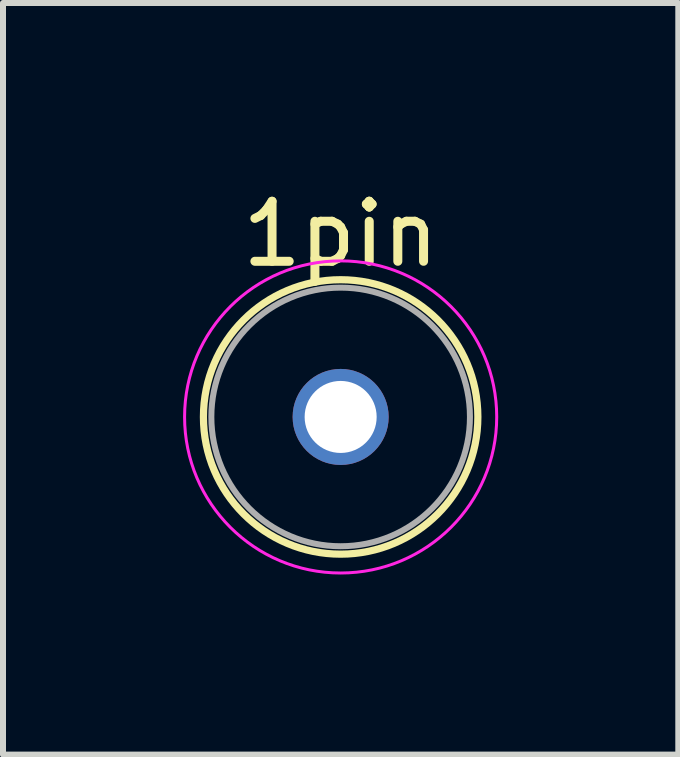
<source format=kicad_pcb>
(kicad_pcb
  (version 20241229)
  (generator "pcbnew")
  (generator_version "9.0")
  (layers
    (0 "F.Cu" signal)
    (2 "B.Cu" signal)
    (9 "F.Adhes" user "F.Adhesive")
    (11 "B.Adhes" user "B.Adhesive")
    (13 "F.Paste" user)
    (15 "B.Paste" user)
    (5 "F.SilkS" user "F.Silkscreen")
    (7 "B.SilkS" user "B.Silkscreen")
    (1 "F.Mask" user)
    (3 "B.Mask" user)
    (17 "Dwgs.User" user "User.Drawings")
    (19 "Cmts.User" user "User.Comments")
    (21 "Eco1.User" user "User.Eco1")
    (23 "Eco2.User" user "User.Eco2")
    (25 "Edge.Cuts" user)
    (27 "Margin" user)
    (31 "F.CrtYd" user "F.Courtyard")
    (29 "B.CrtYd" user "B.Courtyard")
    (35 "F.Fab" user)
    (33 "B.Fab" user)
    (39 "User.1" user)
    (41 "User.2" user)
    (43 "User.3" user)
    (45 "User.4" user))
  (footprint "1pin"
    (layer "F.Cu")
    (at 2.625 3.896)
    (property "Reference" "1pin" (at 0 -3.048 0) (layer "F.SilkS") (effects (font (size 1 1) (thickness 0.15))))
    (attr through_hole)
    (fp_circle (center 0 0) (end 0 -2.286) (stroke (width 0.12) (type solid)) (fill no) (layer "F.SilkS"))
    (fp_circle (center 0 0) (end 2.6 0) (stroke (width 0.05) (type solid)) (fill no) (layer "F.CrtYd"))
    (fp_circle (center 0 0) (end 2 0.8) (stroke (width 0.1) (type solid)) (fill no) (layer "F.Fab"))
    (pad "" thru_hole circle (at 0 0) (size 1.6 1.6) (drill 1.2) (layers "*.Cu" "*.Mask")))
  (gr_rect
    (start -3 -3)
    (end 8.25 9.521)
    (stroke (width 0.1) (type default))
    (fill no)
    (layer "Edge.Cuts")))
</source>
